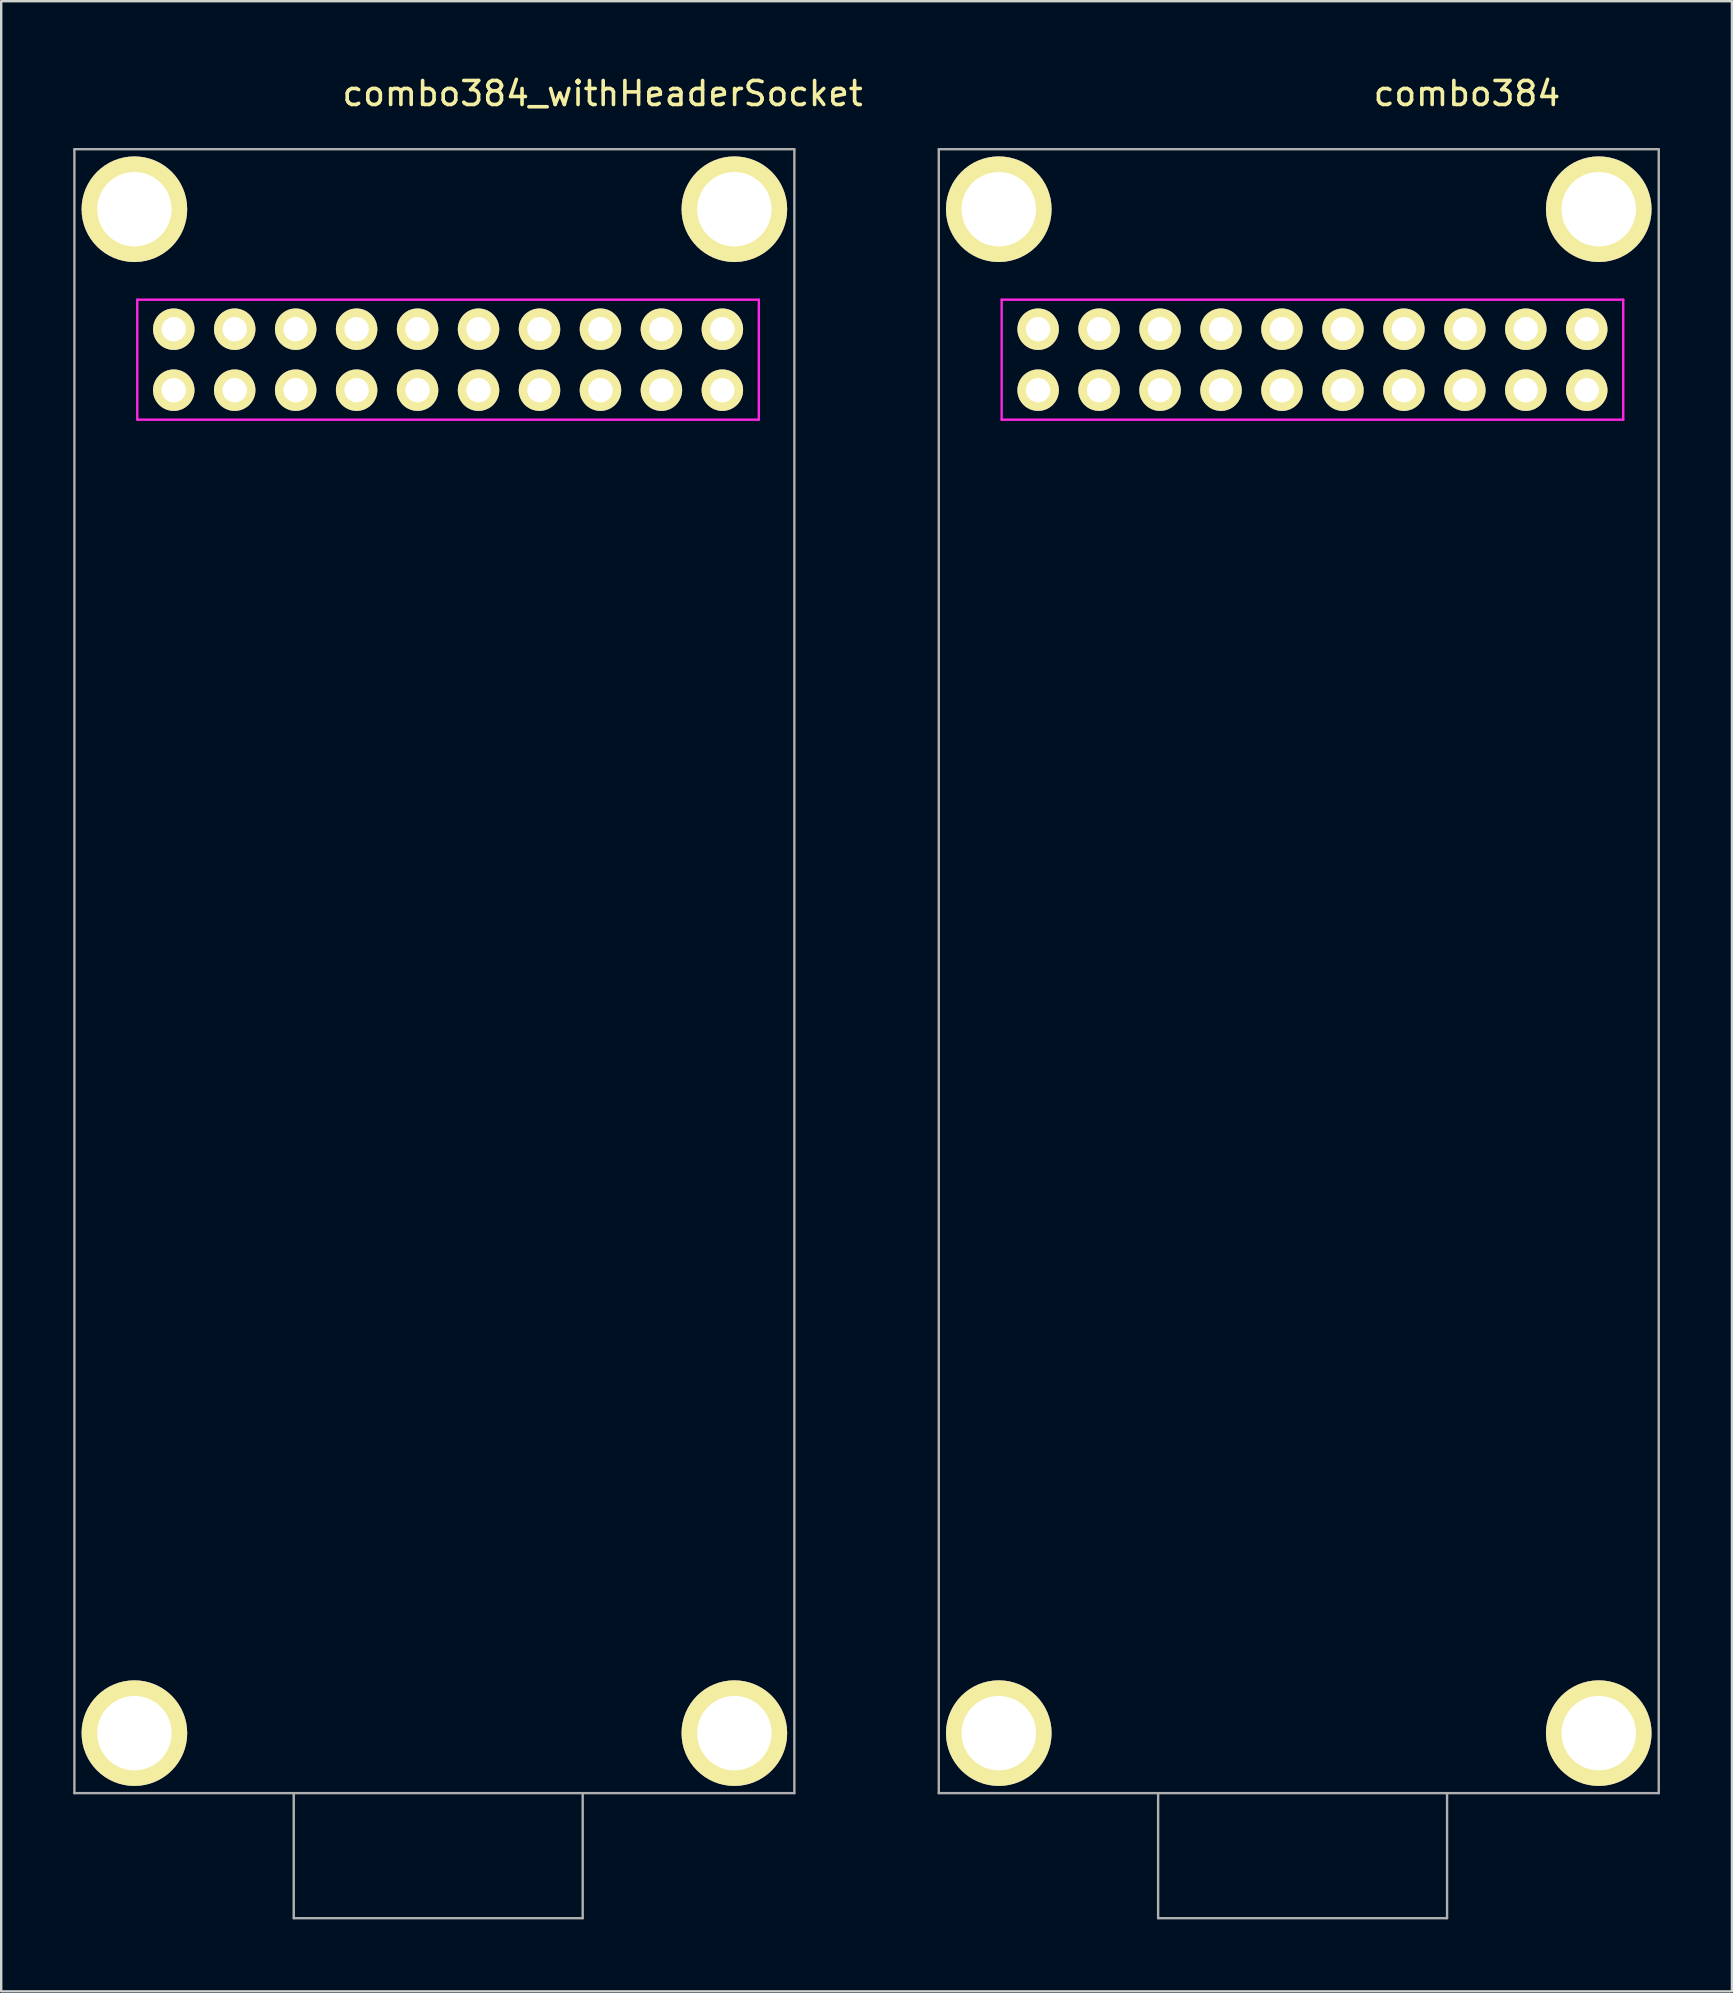
<source format=kicad_pcb>
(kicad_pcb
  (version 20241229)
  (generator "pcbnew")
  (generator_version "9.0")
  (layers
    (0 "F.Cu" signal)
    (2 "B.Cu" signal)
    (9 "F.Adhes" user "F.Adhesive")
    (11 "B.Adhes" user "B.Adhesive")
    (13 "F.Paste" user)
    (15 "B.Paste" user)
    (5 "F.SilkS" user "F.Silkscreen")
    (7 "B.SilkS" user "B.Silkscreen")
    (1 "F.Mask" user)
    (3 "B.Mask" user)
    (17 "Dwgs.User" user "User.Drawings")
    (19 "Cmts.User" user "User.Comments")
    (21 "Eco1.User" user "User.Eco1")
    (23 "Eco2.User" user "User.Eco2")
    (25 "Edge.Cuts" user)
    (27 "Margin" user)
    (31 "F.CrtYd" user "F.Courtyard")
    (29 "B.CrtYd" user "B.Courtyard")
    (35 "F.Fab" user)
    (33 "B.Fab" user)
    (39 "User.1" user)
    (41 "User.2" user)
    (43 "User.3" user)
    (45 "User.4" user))
  (footprint "combo384_withHeaderSocket"
    (layer "F.Cu")
    (at 15.05 37.418)
    (property "Reference" "combo384_withHeaderSocket" (at 7.01 -36.57 0) (layer "F.SilkS") (effects (font (size 1 1) (thickness 0.15))))
    (attr through_hole)
    (fp_line (start -12.38 -27.98) (end -12.38 -22.98) (stroke (width 0.1) (type solid)) (layer "F.CrtYd"))
    (fp_line (start -12.38 -22.98) (end 13.52 -22.98) (stroke (width 0.1) (type solid)) (layer "F.CrtYd"))
    (fp_line (start 13.52 -27.98) (end -12.38 -27.98) (stroke (width 0.1) (type solid)) (layer "F.CrtYd"))
    (fp_line (start 13.52 -27.98) (end 13.52 -22.98) (stroke (width 0.1) (type solid)) (layer "F.CrtYd"))
    (fp_line (start -15 -34.25) (end 15 -34.25) (stroke (width 0.1) (type solid)) (layer "F.Fab"))
    (fp_line (start -15 34.25) (end -15 -34.25) (stroke (width 0.1) (type solid)) (layer "F.Fab"))
    (fp_line (start -5.86 34.25) (end -5.86 39.46) (stroke (width 0.1) (type solid)) (layer "F.Fab"))
    (fp_line (start -5.86 39.46) (end 6.18 39.46) (stroke (width 0.1) (type solid)) (layer "F.Fab"))
    (fp_line (start 6.18 34.25) (end 6.18 39.46) (stroke (width 0.1) (type solid)) (layer "F.Fab"))
    (fp_line (start 15 -34.25) (end 15 34.25) (stroke (width 0.1) (type solid)) (layer "F.Fab"))
    (fp_line (start 15 34.25) (end -15 34.25) (stroke (width 0.1) (type solid)) (layer "F.Fab"))
    (pad "1" thru_hole circle (at 12 -26.75 180) (size 1.727 1.727) (drill 1.016) (layers "*.Cu" "*.Mask" "F.SilkS"))
    (pad "2" thru_hole circle (at 9.46 -26.75 180) (size 1.727 1.727) (drill 1.016) (layers "*.Cu" "*.Mask" "F.SilkS"))
    (pad "3" thru_hole circle (at 6.92 -26.75 180) (size 1.727 1.727) (drill 1.016) (layers "*.Cu" "*.Mask" "F.SilkS"))
    (pad "4" thru_hole circle (at 4.38 -26.75 180) (size 1.727 1.727) (drill 1.016) (layers "*.Cu" "*.Mask" "F.SilkS"))
    (pad "5" thru_hole circle (at 1.84 -26.75 180) (size 1.727 1.727) (drill 1.016) (layers "*.Cu" "*.Mask" "F.SilkS"))
    (pad "6" thru_hole circle (at -0.7 -26.75 180) (size 1.727 1.727) (drill 1.016) (layers "*.Cu" "*.Mask" "F.SilkS"))
    (pad "7" thru_hole circle (at -3.24 -26.75 180) (size 1.727 1.727) (drill 1.016) (layers "*.Cu" "*.Mask" "F.SilkS"))
    (pad "8" thru_hole circle (at -5.78 -26.75 180) (size 1.727 1.727) (drill 1.016) (layers "*.Cu" "*.Mask" "F.SilkS"))
    (pad "9" thru_hole circle (at -8.32 -26.75 180) (size 1.727 1.727) (drill 1.016) (layers "*.Cu" "*.Mask" "F.SilkS"))
    (pad "10" thru_hole circle (at -10.86 -26.75 180) (size 1.727 1.727) (drill 1.016) (layers "*.Cu" "*.Mask" "F.SilkS"))
    (pad "11" thru_hole circle (at 12 -24.21 180) (size 1.727 1.727) (drill 1.016) (layers "*.Cu" "*.Mask" "F.SilkS"))
    (pad "12" thru_hole circle (at 9.46 -24.21 180) (size 1.727 1.727) (drill 1.016) (layers "*.Cu" "*.Mask" "F.SilkS"))
    (pad "13" thru_hole circle (at 6.92 -24.21 180) (size 1.727 1.727) (drill 1.016) (layers "*.Cu" "*.Mask" "F.SilkS"))
    (pad "14" thru_hole circle (at 4.38 -24.21 180) (size 1.727 1.727) (drill 1.016) (layers "*.Cu" "*.Mask" "F.SilkS"))
    (pad "15" thru_hole circle (at 1.84 -24.21 180) (size 1.727 1.727) (drill 1.016) (layers "*.Cu" "*.Mask" "F.SilkS"))
    (pad "16" thru_hole circle (at -0.7 -24.21 180) (size 1.727 1.727) (drill 1.016) (layers "*.Cu" "*.Mask" "F.SilkS"))
    (pad "17" thru_hole circle (at -3.24 -24.21 180) (size 1.727 1.727) (drill 1.016) (layers "*.Cu" "*.Mask" "F.SilkS"))
    (pad "18" thru_hole circle (at -5.78 -24.21 180) (size 1.727 1.727) (drill 1.016) (layers "*.Cu" "*.Mask" "F.SilkS"))
    (pad "19" thru_hole circle (at -8.32 -24.21 180) (size 1.727 1.727) (drill 1.016) (layers "*.Cu" "*.Mask" "F.SilkS"))
    (pad "20" thru_hole circle (at -10.86 -24.21 180) (size 1.727 1.727) (drill 1.016) (layers "*.Cu" "*.Mask" "F.SilkS"))
    (pad "FG" thru_hole circle (at -12.5 -31.75) (size 4.4 4.4) (drill 3.1) (layers "*.Cu" "*.Mask" "F.SilkS"))
    (pad "FG" thru_hole circle (at -12.5 31.75) (size 4.4 4.4) (drill 3.1) (layers "*.Cu" "*.Mask" "F.SilkS"))
    (pad "FG" thru_hole circle (at 12.5 -31.75) (size 4.4 4.4) (drill 3.1) (layers "*.Cu" "*.Mask" "F.SilkS"))
    (pad "FG" thru_hole circle (at 12.5 31.75) (size 4.4 4.4) (drill 3.1) (layers "*.Cu" "*.Mask" "F.SilkS")))
  (footprint "combo384"
    (layer "F.Cu")
    (at 51.068 37.418)
    (property "Reference" "combo384" (at 7.01 -36.57 0) (layer "F.SilkS") (effects (font (size 1 1) (thickness 0.15))))
    (attr through_hole)
    (fp_line (start -12.38 -27.98) (end -12.38 -22.98) (stroke (width 0.1) (type solid)) (layer "F.CrtYd"))
    (fp_line (start -12.38 -22.98) (end 13.52 -22.98) (stroke (width 0.1) (type solid)) (layer "F.CrtYd"))
    (fp_line (start 13.52 -27.98) (end -12.38 -27.98) (stroke (width 0.1) (type solid)) (layer "F.CrtYd"))
    (fp_line (start 13.52 -27.98) (end 13.52 -22.98) (stroke (width 0.1) (type solid)) (layer "F.CrtYd"))
    (fp_line (start -15 -34.25) (end 15 -34.25) (stroke (width 0.1) (type solid)) (layer "F.Fab"))
    (fp_line (start -15 34.25) (end -15 -34.25) (stroke (width 0.1) (type solid)) (layer "F.Fab"))
    (fp_line (start -5.86 34.25) (end -5.86 39.46) (stroke (width 0.1) (type solid)) (layer "F.Fab"))
    (fp_line (start -5.86 39.46) (end 6.18 39.46) (stroke (width 0.1) (type solid)) (layer "F.Fab"))
    (fp_line (start 6.18 34.25) (end 6.18 39.46) (stroke (width 0.1) (type solid)) (layer "F.Fab"))
    (fp_line (start 15 -34.25) (end 15 34.25) (stroke (width 0.1) (type solid)) (layer "F.Fab"))
    (fp_line (start 15 34.25) (end -15 34.25) (stroke (width 0.1) (type solid)) (layer "F.Fab"))
    (pad "1" thru_hole circle (at 12 -26.75 180) (size 1.727 1.727) (drill 1.016) (layers "*.Cu" "*.Mask" "F.SilkS"))
    (pad "2" thru_hole circle (at 9.46 -26.75 180) (size 1.727 1.727) (drill 1.016) (layers "*.Cu" "*.Mask" "F.SilkS"))
    (pad "3" thru_hole circle (at 6.92 -26.75 180) (size 1.727 1.727) (drill 1.016) (layers "*.Cu" "*.Mask" "F.SilkS"))
    (pad "4" thru_hole circle (at 4.38 -26.75 180) (size 1.727 1.727) (drill 1.016) (layers "*.Cu" "*.Mask" "F.SilkS"))
    (pad "5" thru_hole circle (at 1.84 -26.75 180) (size 1.727 1.727) (drill 1.016) (layers "*.Cu" "*.Mask" "F.SilkS"))
    (pad "6" thru_hole circle (at -0.7 -26.75 180) (size 1.727 1.727) (drill 1.016) (layers "*.Cu" "*.Mask" "F.SilkS"))
    (pad "7" thru_hole circle (at -3.24 -26.75 180) (size 1.727 1.727) (drill 1.016) (layers "*.Cu" "*.Mask" "F.SilkS"))
    (pad "8" thru_hole circle (at -5.78 -26.75 180) (size 1.727 1.727) (drill 1.016) (layers "*.Cu" "*.Mask" "F.SilkS"))
    (pad "9" thru_hole circle (at -8.32 -26.75 180) (size 1.727 1.727) (drill 1.016) (layers "*.Cu" "*.Mask" "F.SilkS"))
    (pad "10" thru_hole circle (at -10.86 -26.75 180) (size 1.727 1.727) (drill 1.016) (layers "*.Cu" "*.Mask" "F.SilkS"))
    (pad "11" thru_hole circle (at 12 -24.21 180) (size 1.727 1.727) (drill 1.016) (layers "*.Cu" "*.Mask" "F.SilkS"))
    (pad "12" thru_hole circle (at 9.46 -24.21 180) (size 1.727 1.727) (drill 1.016) (layers "*.Cu" "*.Mask" "F.SilkS"))
    (pad "13" thru_hole circle (at 6.92 -24.21 180) (size 1.727 1.727) (drill 1.016) (layers "*.Cu" "*.Mask" "F.SilkS"))
    (pad "14" thru_hole circle (at 4.38 -24.21 180) (size 1.727 1.727) (drill 1.016) (layers "*.Cu" "*.Mask" "F.SilkS"))
    (pad "15" thru_hole circle (at 1.84 -24.21 180) (size 1.727 1.727) (drill 1.016) (layers "*.Cu" "*.Mask" "F.SilkS"))
    (pad "16" thru_hole circle (at -0.7 -24.21 180) (size 1.727 1.727) (drill 1.016) (layers "*.Cu" "*.Mask" "F.SilkS"))
    (pad "17" thru_hole circle (at -3.24 -24.21 180) (size 1.727 1.727) (drill 1.016) (layers "*.Cu" "*.Mask" "F.SilkS"))
    (pad "18" thru_hole circle (at -5.78 -24.21 180) (size 1.727 1.727) (drill 1.016) (layers "*.Cu" "*.Mask" "F.SilkS"))
    (pad "19" thru_hole circle (at -8.32 -24.21 180) (size 1.727 1.727) (drill 1.016) (layers "*.Cu" "*.Mask" "F.SilkS"))
    (pad "20" thru_hole circle (at -10.86 -24.21 180) (size 1.727 1.727) (drill 1.016) (layers "*.Cu" "*.Mask" "F.SilkS"))
    (pad "FG" thru_hole circle (at -12.5 -31.75) (size 4.4 4.4) (drill 3.1) (layers "*.Cu" "*.Mask" "F.SilkS"))
    (pad "FG" thru_hole circle (at -12.5 31.75) (size 4.4 4.4) (drill 3.1) (layers "*.Cu" "*.Mask" "F.SilkS"))
    (pad "FG" thru_hole circle (at 12.5 -31.75) (size 4.4 4.4) (drill 3.1) (layers "*.Cu" "*.Mask" "F.SilkS"))
    (pad "FG" thru_hole circle (at 12.5 31.75) (size 4.4 4.4) (drill 3.1) (layers "*.Cu" "*.Mask" "F.SilkS")))
  (gr_rect
    (start -3 -3)
    (end 69.118 79.928)
    (stroke (width 0.1) (type default))
    (fill no)
    (layer "Edge.Cuts")))
</source>
